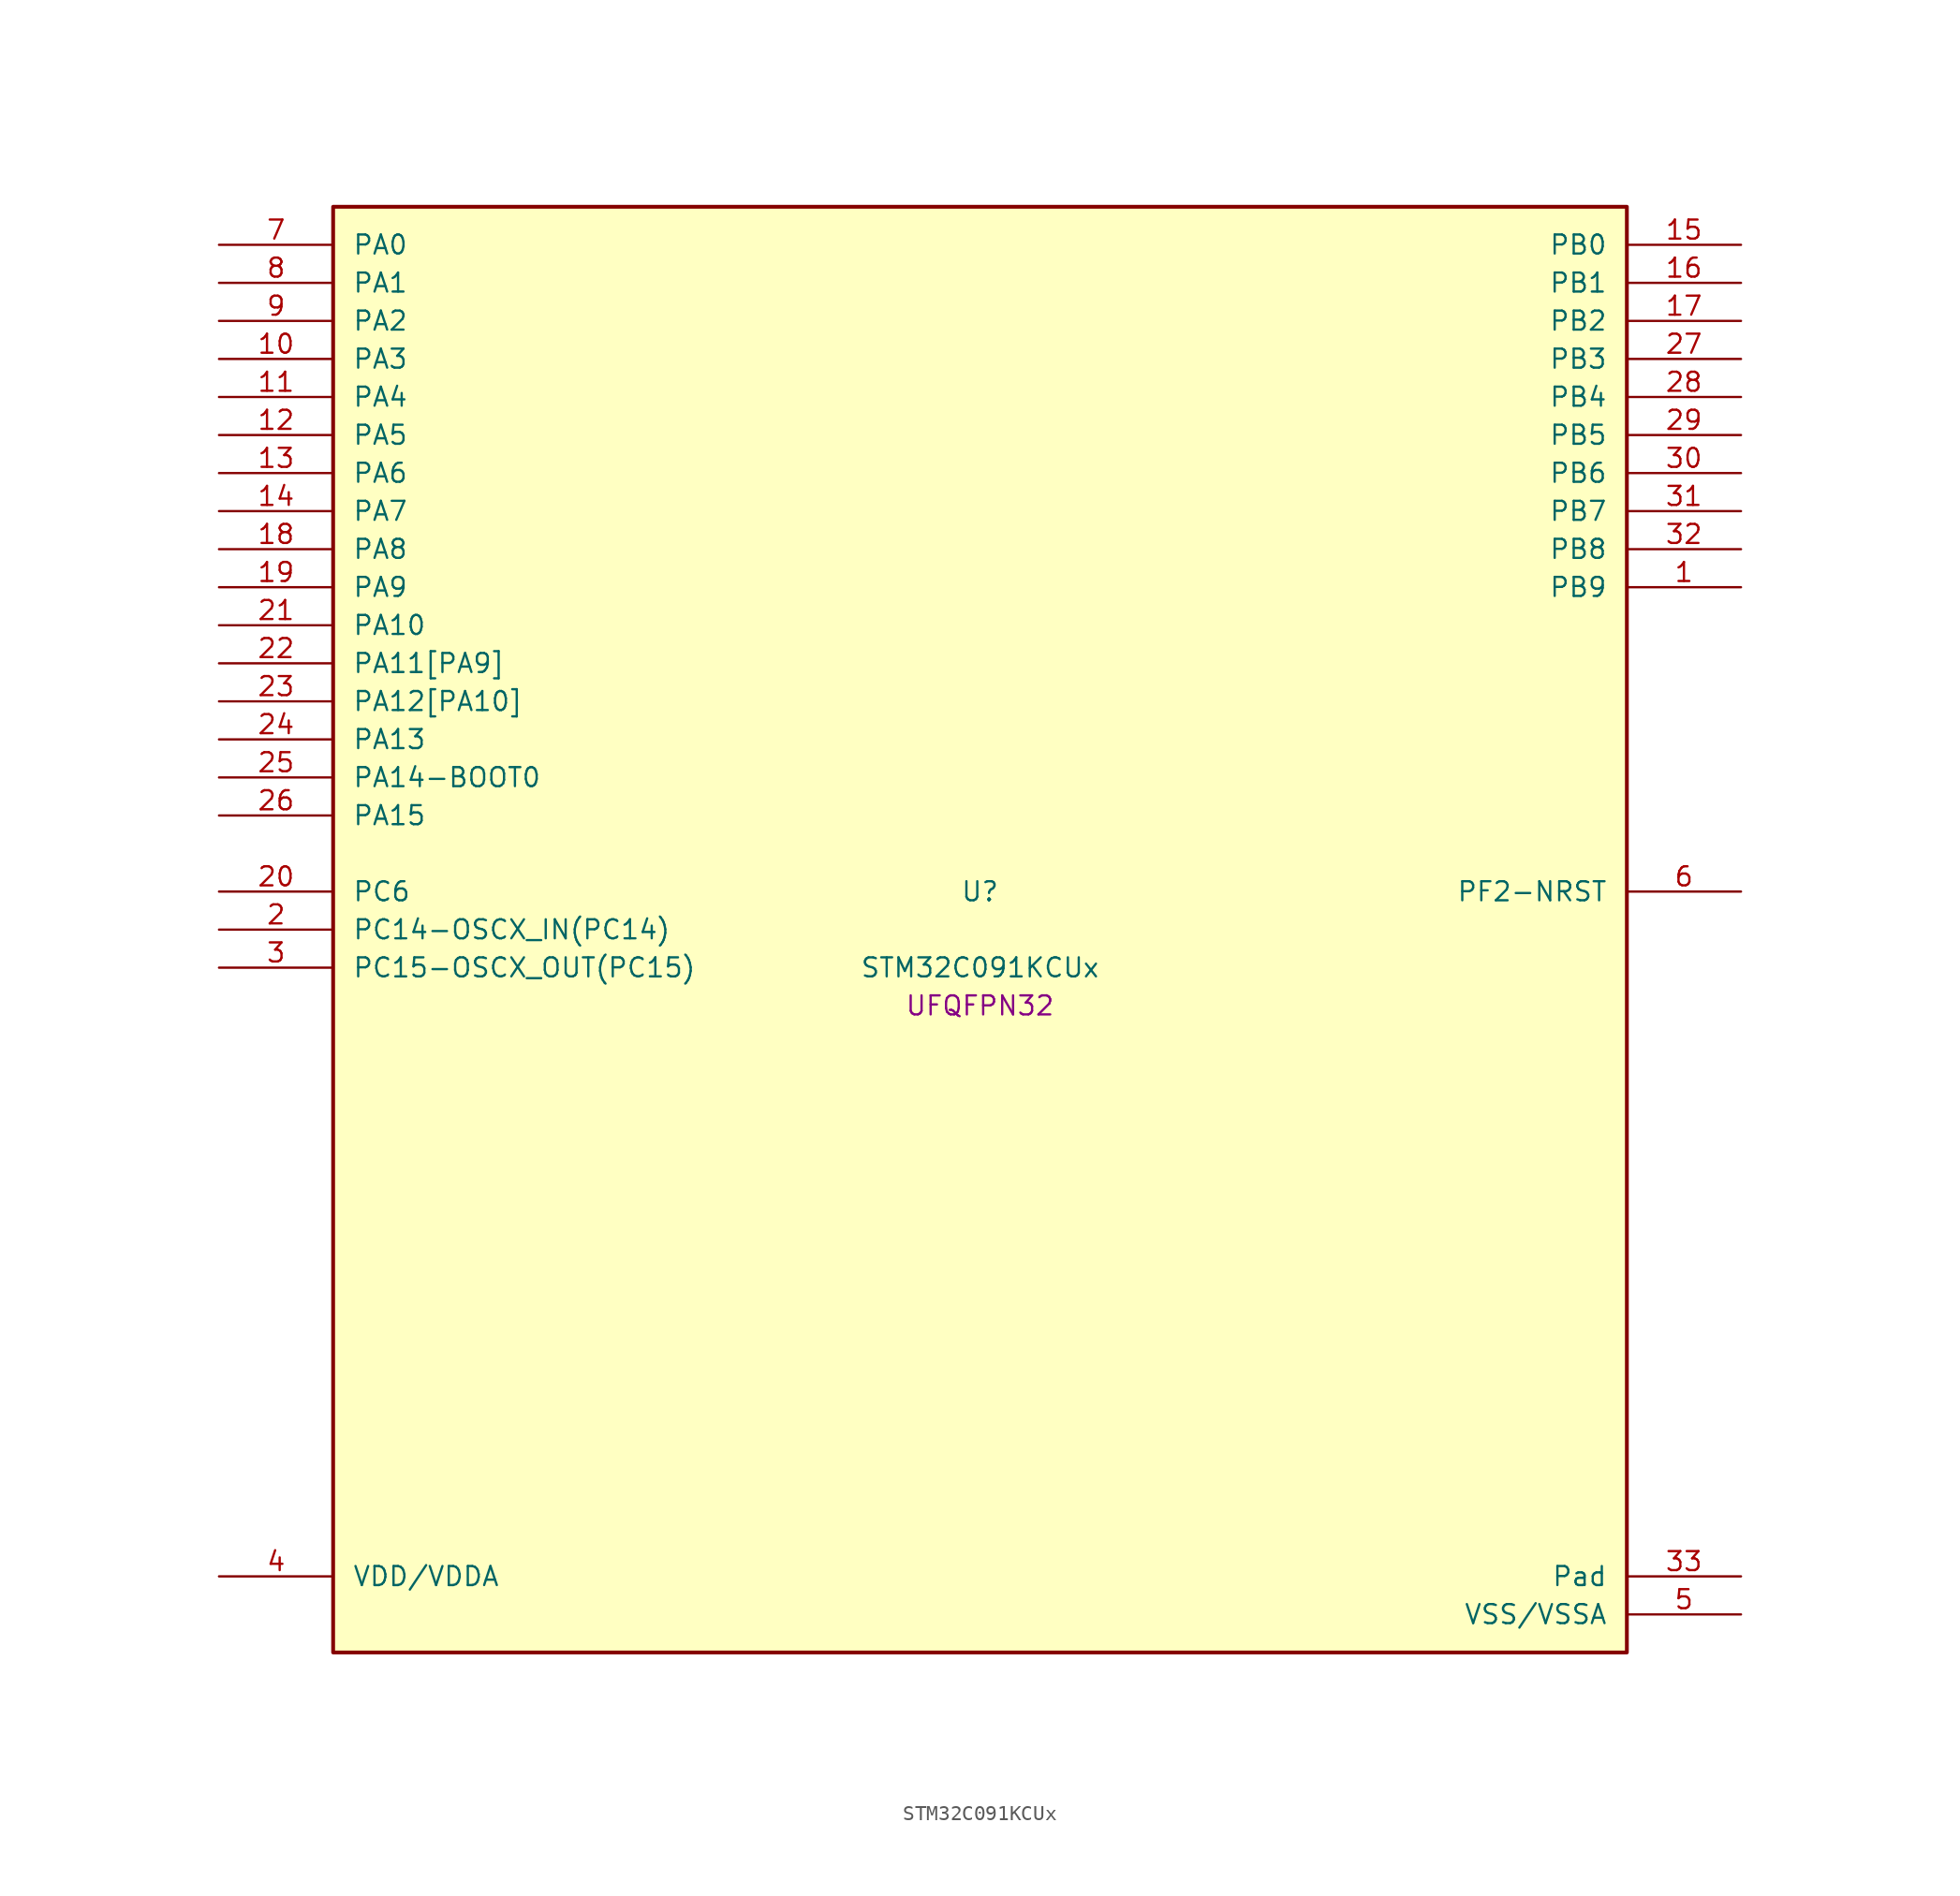
<source format=kicad_sym>
(kicad_symbol_lib
  (version 20241209)
  (generator "stm32_pkl_generator")
  (generator_version "1.0")
  (symbol "STM32C091KCUx"
    (pin_names
      (offset 1.27))
    (property "Reference" "U"
      (at 0 2.54 0))
    (property "Value" "STM32C091KCUx"
      (at 0 -2.54 0))
    (property "Footprint" "UFQFPN32"
      (at 0 -5.08 0))
    (symbol "STM32C091KCUx_1_1"
      (rectangle (start -43.18 48.26) (end 43.18 -48.26) (stroke (width 0.254) (type solid)) (fill (type background)))
      (pin bidirectional line (at -50.8 45.72 0) (length 7.62) (name "PA0") (number "7") (alternate "PA0/ADC1_IN0" bidirectional line) (alternate "PA0/PWR_WKUP1" bidirectional line) (alternate "PA0/SPI2_SCK" bidirectional line) (alternate "PA0/TIM16_CH1" bidirectional line) (alternate "PA0/TIM1_CH1" bidirectional line) (alternate "PA0/TIM2_CH1" bidirectional line) (alternate "PA0/TIM2_ETR" bidirectional line) (alternate "PA0/USART1_TX" bidirectional line) (alternate "PA0/USART2_CTS" bidirectional line) (alternate "PA0/USART2_NSS" bidirectional line) (alternate "PA0/USART4_TX" bidirectional line))
      (pin bidirectional line (at -50.8 43.18 0) (length 7.62) (name "PA1") (number "8") (alternate "PA1/ADC1_IN1" bidirectional line) (alternate "PA1/I2C1_SMBA" bidirectional line) (alternate "PA1/I2S1_CK" bidirectional line) (alternate "PA1/SPI1_SCK" bidirectional line) (alternate "PA1/TIM15_CH1N" bidirectional line) (alternate "PA1/TIM17_CH1" bidirectional line) (alternate "PA1/TIM1_CH2" bidirectional line) (alternate "PA1/TIM2_CH2" bidirectional line) (alternate "PA1/USART1_RX" bidirectional line) (alternate "PA1/USART2_CK" bidirectional line) (alternate "PA1/USART2_DE" bidirectional line) (alternate "PA1/USART2_RTS" bidirectional line) (alternate "PA1/USART4_RX" bidirectional line))
      (pin bidirectional line (at -50.8 40.64 0) (length 7.62) (name "PA2") (number "9") (alternate "PA2/ADC1_IN2" bidirectional line) (alternate "PA2/I2S1_SD" bidirectional line) (alternate "PA2/PWR_WKUP4" bidirectional line) (alternate "PA2/RCC_LSCO" bidirectional line) (alternate "PA2/SPI1_MOSI" bidirectional line) (alternate "PA2/TIM15_CH1" bidirectional line) (alternate "PA2/TIM16_CH1N" bidirectional line) (alternate "PA2/TIM1_CH3" bidirectional line) (alternate "PA2/TIM2_CH3" bidirectional line) (alternate "PA2/TIM3_ETR" bidirectional line) (alternate "PA2/USART2_TX" bidirectional line))
      (pin bidirectional line (at -50.8 38.1 0) (length 7.62) (name "PA3") (number "10") (alternate "PA3/ADC1_IN3" bidirectional line) (alternate "PA3/SPI2_MISO" bidirectional line) (alternate "PA3/TIM15_CH2" bidirectional line) (alternate "PA3/TIM1_CH1N" bidirectional line) (alternate "PA3/TIM1_CH4" bidirectional line) (alternate "PA3/TIM2_CH4" bidirectional line) (alternate "PA3/USART2_RX" bidirectional line))
      (pin bidirectional line (at -50.8 35.56 0) (length 7.62) (name "PA4") (number "11") (alternate "PA4/ADC1_IN4" bidirectional line) (alternate "PA4/I2S1_WS" bidirectional line) (alternate "PA4/PWR_WKUP2" bidirectional line) (alternate "PA4/RTC_OUT1" bidirectional line) (alternate "PA4/RTC_TS" bidirectional line) (alternate "PA4/SPI1_NSS" bidirectional line) (alternate "PA4/SPI2_MOSI" bidirectional line) (alternate "PA4/TIM14_CH1" bidirectional line) (alternate "PA4/TIM17_CH1N" bidirectional line) (alternate "PA4/TIM1_CH2N" bidirectional line) (alternate "PA4/USART2_TX" bidirectional line))
      (pin bidirectional line (at -50.8 33.02 0) (length 7.62) (name "PA5") (number "12") (alternate "PA5/ADC1_IN5" bidirectional line) (alternate "PA5/I2S1_CK" bidirectional line) (alternate "PA5/SPI1_SCK" bidirectional line) (alternate "PA5/TIM1_CH1" bidirectional line) (alternate "PA5/TIM1_CH3N" bidirectional line) (alternate "PA5/TIM2_CH1" bidirectional line) (alternate "PA5/TIM2_ETR" bidirectional line) (alternate "PA5/USART2_RX" bidirectional line) (alternate "PA5/USART3_TX" bidirectional line))
      (pin bidirectional line (at -50.8 30.48 0) (length 7.62) (name "PA6") (number "13") (alternate "PA6/ADC1_IN6" bidirectional line) (alternate "PA6/I2C2_SDA" bidirectional line) (alternate "PA6/I2S1_MCK" bidirectional line) (alternate "PA6/SPI1_MISO" bidirectional line) (alternate "PA6/TIM16_CH1" bidirectional line) (alternate "PA6/TIM1_BKIN" bidirectional line) (alternate "PA6/TIM3_CH1" bidirectional line) (alternate "PA6/USART3_CTS" bidirectional line) (alternate "PA6/USART3_NSS" bidirectional line))
      (pin bidirectional line (at -50.8 27.94 0) (length 7.62) (name "PA7") (number "14") (alternate "PA7/ADC1_IN7" bidirectional line) (alternate "PA7/I2C2_SCL" bidirectional line) (alternate "PA7/I2S1_SD" bidirectional line) (alternate "PA7/SPI1_MOSI" bidirectional line) (alternate "PA7/TIM14_CH1" bidirectional line) (alternate "PA7/TIM17_CH1" bidirectional line) (alternate "PA7/TIM1_CH1N" bidirectional line) (alternate "PA7/TIM3_CH2" bidirectional line))
      (pin bidirectional line (at -50.8 25.4 0) (length 7.62) (name "PA8") (number "18") (alternate "PA8/ADC1_IN8" bidirectional line) (alternate "PA8/I2S1_WS" bidirectional line) (alternate "PA8/RCC_MCO" bidirectional line) (alternate "PA8/RCC_MCO_2" bidirectional line) (alternate "PA8/SPI1_NSS" bidirectional line) (alternate "PA8/SPI2_MISO" bidirectional line) (alternate "PA8/SPI2_NSS" bidirectional line) (alternate "PA8/TIM14_CH1" bidirectional line) (alternate "PA8/TIM1_CH1" bidirectional line) (alternate "PA8/TIM1_CH2N" bidirectional line) (alternate "PA8/TIM1_CH3N" bidirectional line) (alternate "PA8/TIM3_CH3" bidirectional line) (alternate "PA8/TIM3_CH4" bidirectional line) (alternate "PA8/USART1_RX" bidirectional line) (alternate "PA8/USART2_TX" bidirectional line))
      (pin bidirectional line (at -50.8 22.86 0) (length 7.62) (name "PA9") (number "19") (alternate "PA9/I2C1_SCL" bidirectional line) (alternate "PA9/I2C2_SCL" bidirectional line) (alternate "PA9/RCC_MCO" bidirectional line) (alternate "PA9/SPI2_MISO" bidirectional line) (alternate "PA9/TIM15_BKIN" bidirectional line) (alternate "PA9/TIM1_CH2" bidirectional line) (alternate "PA9/TIM3_ETR" bidirectional line) (alternate "PA9/USART1_TX" bidirectional line) (alternate "PA9/NC" bidirectional line))
      (pin bidirectional line (at -50.8 20.32 0) (length 7.62) (name "PA10") (number "21") (alternate "PA10/I2C1_SDA" bidirectional line) (alternate "PA10/I2C2_SDA" bidirectional line) (alternate "PA10/RCC_MCO_2" bidirectional line) (alternate "PA10/SPI2_MOSI" bidirectional line) (alternate "PA10/TIM17_BKIN" bidirectional line) (alternate "PA10/TIM1_CH3" bidirectional line) (alternate "PA10/USART1_RX" bidirectional line) (alternate "PA10/NC" bidirectional line))
      (pin bidirectional line (at -50.8 17.78 0) (length 7.62) (name "PA11[PA9]") (number "22") (alternate "PA11[PA9]/ADC1_EXTI11" bidirectional line) (alternate "PA11[PA9]/I2C2_SCL" bidirectional line) (alternate "PA11[PA9]/I2S1_MCK" bidirectional line) (alternate "PA11[PA9]/SPI1_MISO" bidirectional line) (alternate "PA11[PA9]/TIM1_BKIN2" bidirectional line) (alternate "PA11[PA9]/TIM1_CH4" bidirectional line) (alternate "PA11[PA9]/USART1_CTS" bidirectional line) (alternate "PA11[PA9]/USART1_NSS" bidirectional line) (alternate "PA11[PA9]/PA9[PA11]" bidirectional line) (alternate "PA11[PA9]/I2C1_SCL" bidirectional line) (alternate "PA11[PA9]/RCC_MCO" bidirectional line) (alternate "PA11[PA9]/SPI2_MISO" bidirectional line) (alternate "PA11[PA9]/TIM15_BKIN" bidirectional line) (alternate "PA11[PA9]/TIM1_CH2" bidirectional line) (alternate "PA11[PA9]/TIM3_ETR" bidirectional line) (alternate "PA11[PA9]/USART1_TX" bidirectional line))
      (pin bidirectional line (at -50.8 15.24 0) (length 7.62) (name "PA12[PA10]") (number "23") (alternate "PA12[PA10]/I2C2_SDA" bidirectional line) (alternate "PA12[PA10]/I2S1_SD" bidirectional line) (alternate "PA12[PA10]/I2S_CKIN" bidirectional line) (alternate "PA12[PA10]/SPI1_MOSI" bidirectional line) (alternate "PA12[PA10]/TIM1_ETR" bidirectional line) (alternate "PA12[PA10]/USART1_CK" bidirectional line) (alternate "PA12[PA10]/USART1_DE" bidirectional line) (alternate "PA12[PA10]/USART1_RTS" bidirectional line) (alternate "PA12[PA10]/PA10[PA12]" bidirectional line) (alternate "PA12[PA10]/I2C1_SDA" bidirectional line) (alternate "PA12[PA10]/RCC_MCO_2" bidirectional line) (alternate "PA12[PA10]/SPI2_MOSI" bidirectional line) (alternate "PA12[PA10]/TIM17_BKIN" bidirectional line) (alternate "PA12[PA10]/TIM1_CH3" bidirectional line) (alternate "PA12[PA10]/USART1_RX" bidirectional line))
      (pin bidirectional line (at -50.8 12.7 0) (length 7.62) (name "PA13") (number "24") (alternate "PA13/ADC1_IN13" bidirectional line) (alternate "PA13/DEBUG_SWDIO" bidirectional line) (alternate "PA13/IR_OUT" bidirectional line) (alternate "PA13/TIM3_ETR" bidirectional line) (alternate "PA13/USART2_RX" bidirectional line))
      (pin bidirectional line (at -50.8 10.16 0) (length 7.62) (name "PA14-BOOT0") (number "25") (alternate "PA14-BOOT0/ADC1_IN14" bidirectional line) (alternate "PA14-BOOT0/BOOT0" bidirectional line) (alternate "PA14-BOOT0/DEBUG_SWCLK" bidirectional line) (alternate "PA14-BOOT0/I2S1_WS" bidirectional line) (alternate "PA14-BOOT0/RCC_MCO_2" bidirectional line) (alternate "PA14-BOOT0/SPI1_NSS" bidirectional line) (alternate "PA14-BOOT0/TIM1_CH1" bidirectional line) (alternate "PA14-BOOT0/USART1_CK" bidirectional line) (alternate "PA14-BOOT0/USART1_DE" bidirectional line) (alternate "PA14-BOOT0/USART1_RTS" bidirectional line) (alternate "PA14-BOOT0/USART2_RX" bidirectional line) (alternate "PA14-BOOT0/USART2_TX" bidirectional line))
      (pin bidirectional line (at -50.8 7.62 0) (length 7.62) (name "PA15") (number "26") (alternate "PA15/I2S1_WS" bidirectional line) (alternate "PA15/RCC_MCO_2" bidirectional line) (alternate "PA15/SPI1_NSS" bidirectional line) (alternate "PA15/TIM1_CH1" bidirectional line) (alternate "PA15/TIM2_CH1" bidirectional line) (alternate "PA15/TIM2_ETR" bidirectional line) (alternate "PA15/USART1_CK" bidirectional line) (alternate "PA15/USART1_DE" bidirectional line) (alternate "PA15/USART1_RTS" bidirectional line) (alternate "PA15/USART2_RX" bidirectional line) (alternate "PA15/USART3_CK" bidirectional line) (alternate "PA15/USART3_DE" bidirectional line) (alternate "PA15/USART3_RTS" bidirectional line) (alternate "PA15/USART4_CK" bidirectional line) (alternate "PA15/USART4_DE" bidirectional line) (alternate "PA15/USART4_RTS" bidirectional line))
      (pin bidirectional line (at 50.8 45.72 180) (length 7.62) (name "PB0") (number "15") (alternate "PB0/ADC1_IN17" bidirectional line) (alternate "PB0/I2S1_WS" bidirectional line) (alternate "PB0/SPI1_NSS" bidirectional line) (alternate "PB0/TIM1_CH2N" bidirectional line) (alternate "PB0/TIM3_CH3" bidirectional line) (alternate "PB0/USART3_RX" bidirectional line))
      (pin bidirectional line (at 50.8 43.18 180) (length 7.62) (name "PB1") (number "16") (alternate "PB1/ADC1_IN18" bidirectional line) (alternate "PB1/TIM14_CH1" bidirectional line) (alternate "PB1/TIM1_CH2N" bidirectional line) (alternate "PB1/TIM1_CH3N" bidirectional line) (alternate "PB1/TIM3_CH4" bidirectional line) (alternate "PB1/USART3_CK" bidirectional line) (alternate "PB1/USART3_DE" bidirectional line) (alternate "PB1/USART3_RTS" bidirectional line))
      (pin bidirectional line (at 50.8 40.64 180) (length 7.62) (name "PB2") (number "17") (alternate "PB2/ADC1_IN19" bidirectional line) (alternate "PB2/RCC_MCO_2" bidirectional line) (alternate "PB2/SPI2_MISO" bidirectional line) (alternate "PB2/USART1_RX" bidirectional line) (alternate "PB2/USART3_TX" bidirectional line))
      (pin bidirectional line (at 50.8 38.1 180) (length 7.62) (name "PB3") (number "27") (alternate "PB3/I2C2_SCL" bidirectional line) (alternate "PB3/I2S1_CK" bidirectional line) (alternate "PB3/SPI1_SCK" bidirectional line) (alternate "PB3/TIM1_CH2" bidirectional line) (alternate "PB3/TIM2_CH2" bidirectional line) (alternate "PB3/TIM3_CH2" bidirectional line) (alternate "PB3/USART1_CK" bidirectional line) (alternate "PB3/USART1_DE" bidirectional line) (alternate "PB3/USART1_RTS" bidirectional line))
      (pin bidirectional line (at 50.8 35.56 180) (length 7.62) (name "PB4") (number "28") (alternate "PB4/I2C2_SDA" bidirectional line) (alternate "PB4/I2S1_MCK" bidirectional line) (alternate "PB4/SPI1_MISO" bidirectional line) (alternate "PB4/TIM17_BKIN" bidirectional line) (alternate "PB4/TIM3_CH1" bidirectional line) (alternate "PB4/USART1_CTS" bidirectional line) (alternate "PB4/USART1_NSS" bidirectional line))
      (pin bidirectional line (at 50.8 33.02 180) (length 7.62) (name "PB5") (number "29") (alternate "PB5/I2C1_SMBA" bidirectional line) (alternate "PB5/I2S1_SD" bidirectional line) (alternate "PB5/PWR_WKUP6" bidirectional line) (alternate "PB5/SPI1_MOSI" bidirectional line) (alternate "PB5/TIM16_BKIN" bidirectional line) (alternate "PB5/TIM3_CH2" bidirectional line) (alternate "PB5/TIM3_CH3" bidirectional line))
      (pin bidirectional line (at 50.8 30.48 180) (length 7.62) (name "PB6") (number "30") (alternate "PB6/I2C1_SCL" bidirectional line) (alternate "PB6/I2C1_SMBA" bidirectional line) (alternate "PB6/I2S1_CK" bidirectional line) (alternate "PB6/I2S1_MCK" bidirectional line) (alternate "PB6/I2S1_SD" bidirectional line) (alternate "PB6/PWR_WKUP3" bidirectional line) (alternate "PB6/SPI1_MISO" bidirectional line) (alternate "PB6/SPI1_MOSI" bidirectional line) (alternate "PB6/SPI1_SCK" bidirectional line) (alternate "PB6/SPI2_MISO" bidirectional line) (alternate "PB6/TIM16_BKIN" bidirectional line) (alternate "PB6/TIM16_CH1N" bidirectional line) (alternate "PB6/TIM1_CH2" bidirectional line) (alternate "PB6/TIM1_CH3" bidirectional line) (alternate "PB6/TIM3_CH1" bidirectional line) (alternate "PB6/TIM3_CH2" bidirectional line) (alternate "PB6/TIM3_CH3" bidirectional line) (alternate "PB6/USART1_CTS" bidirectional line) (alternate "PB6/USART1_NSS" bidirectional line) (alternate "PB6/USART1_TX" bidirectional line))
      (pin bidirectional line (at 50.8 27.94 180) (length 7.62) (name "PB7") (number "31") (alternate "PB7/I2C1_SCL" bidirectional line) (alternate "PB7/I2C1_SDA" bidirectional line) (alternate "PB7/RTC_REFIN" bidirectional line) (alternate "PB7/SPI2_MOSI" bidirectional line) (alternate "PB7/TIM16_CH1" bidirectional line) (alternate "PB7/TIM17_CH1N" bidirectional line) (alternate "PB7/TIM1_CH4" bidirectional line) (alternate "PB7/TIM3_CH1" bidirectional line) (alternate "PB7/TIM3_CH4" bidirectional line) (alternate "PB7/USART1_RX" bidirectional line) (alternate "PB7/USART2_CTS" bidirectional line) (alternate "PB7/USART2_NSS" bidirectional line) (alternate "PB7/USART4_CTS" bidirectional line) (alternate "PB7/USART4_NSS" bidirectional line))
      (pin bidirectional line (at 50.8 25.4 180) (length 7.62) (name "PB8") (number "32") (alternate "PB8/I2C1_SCL" bidirectional line) (alternate "PB8/SPI2_SCK" bidirectional line) (alternate "PB8/TIM15_BKIN" bidirectional line) (alternate "PB8/TIM16_CH1" bidirectional line) (alternate "PB8/TIM3_CH1" bidirectional line) (alternate "PB8/USART2_CTS" bidirectional line) (alternate "PB8/USART2_NSS" bidirectional line) (alternate "PB8/USART3_TX" bidirectional line))
      (pin bidirectional line (at 50.8 22.86 180) (length 7.62) (name "PB9") (number "1") (alternate "PB9/I2C1_SDA" bidirectional line) (alternate "PB9/IR_OUT" bidirectional line) (alternate "PB9/SPI2_NSS" bidirectional line) (alternate "PB9/TIM17_CH1" bidirectional line) (alternate "PB9/TIM3_CH2" bidirectional line) (alternate "PB9/USART2_CK" bidirectional line) (alternate "PB9/USART2_DE" bidirectional line) (alternate "PB9/USART2_RTS" bidirectional line) (alternate "PB9/USART3_RX" bidirectional line))
      (pin bidirectional line (at -50.8 2.54 0) (length 7.62) (name "PC6") (number "20") (alternate "PC6/TIM2_CH3" bidirectional line) (alternate "PC6/TIM3_CH1" bidirectional line))
      (pin bidirectional line (at -50.8 0 0) (length 7.62) (name "PC14-OSCX_IN(PC14)") (number "2") (alternate "PC14-OSCX_IN(PC14)/I2C1_SDA" bidirectional line) (alternate "PC14-OSCX_IN(PC14)/IR_OUT" bidirectional line) (alternate "PC14-OSCX_IN(PC14)/RCC_OSCX_IN" bidirectional line) (alternate "PC14-OSCX_IN(PC14)/SPI2_NSS" bidirectional line) (alternate "PC14-OSCX_IN(PC14)/TIM17_CH1" bidirectional line) (alternate "PC14-OSCX_IN(PC14)/TIM1_BKIN2" bidirectional line) (alternate "PC14-OSCX_IN(PC14)/TIM1_ETR" bidirectional line) (alternate "PC14-OSCX_IN(PC14)/TIM3_CH2" bidirectional line) (alternate "PC14-OSCX_IN(PC14)/USART1_TX" bidirectional line) (alternate "PC14-OSCX_IN(PC14)/USART2_CK" bidirectional line) (alternate "PC14-OSCX_IN(PC14)/USART2_DE" bidirectional line) (alternate "PC14-OSCX_IN(PC14)/USART2_RTS" bidirectional line) (alternate "PC14-OSCX_IN(PC14)/USART3_TX" bidirectional line))
      (pin bidirectional line (at -50.8 -2.54 0) (length 7.62) (name "PC15-OSCX_OUT(PC15)") (number "3") (alternate "PC15-OSCX_OUT(PC15)/RCC_OSC32_EN" bidirectional line) (alternate "PC15-OSCX_OUT(PC15)/RCC_OSCX_OUT" bidirectional line) (alternate "PC15-OSCX_OUT(PC15)/RCC_OSC_EN" bidirectional line) (alternate "PC15-OSCX_OUT(PC15)/TIM15_BKIN" bidirectional line) (alternate "PC15-OSCX_OUT(PC15)/TIM1_ETR" bidirectional line) (alternate "PC15-OSCX_OUT(PC15)/TIM3_CH3" bidirectional line))
      (pin bidirectional line (at 50.8 2.54 180) (length 7.62) (name "PF2-NRST") (number "6") (alternate "PF2-NRST/RCC_MCO" bidirectional line) (alternate "PF2-NRST/TIM1_CH4" bidirectional line))
      (pin power_in line (at -50.8 -43.18 0) (length 7.62) (name "VDD/VDDA") (number "4"))
      (pin passive line (at 50.8 -43.18 180) (length 7.62) (name "Pad") (number "33"))
      (pin power_in line (at 50.8 -45.72 180) (length 7.62) (name "VSS/VSSA") (number "5")))))
</source>
